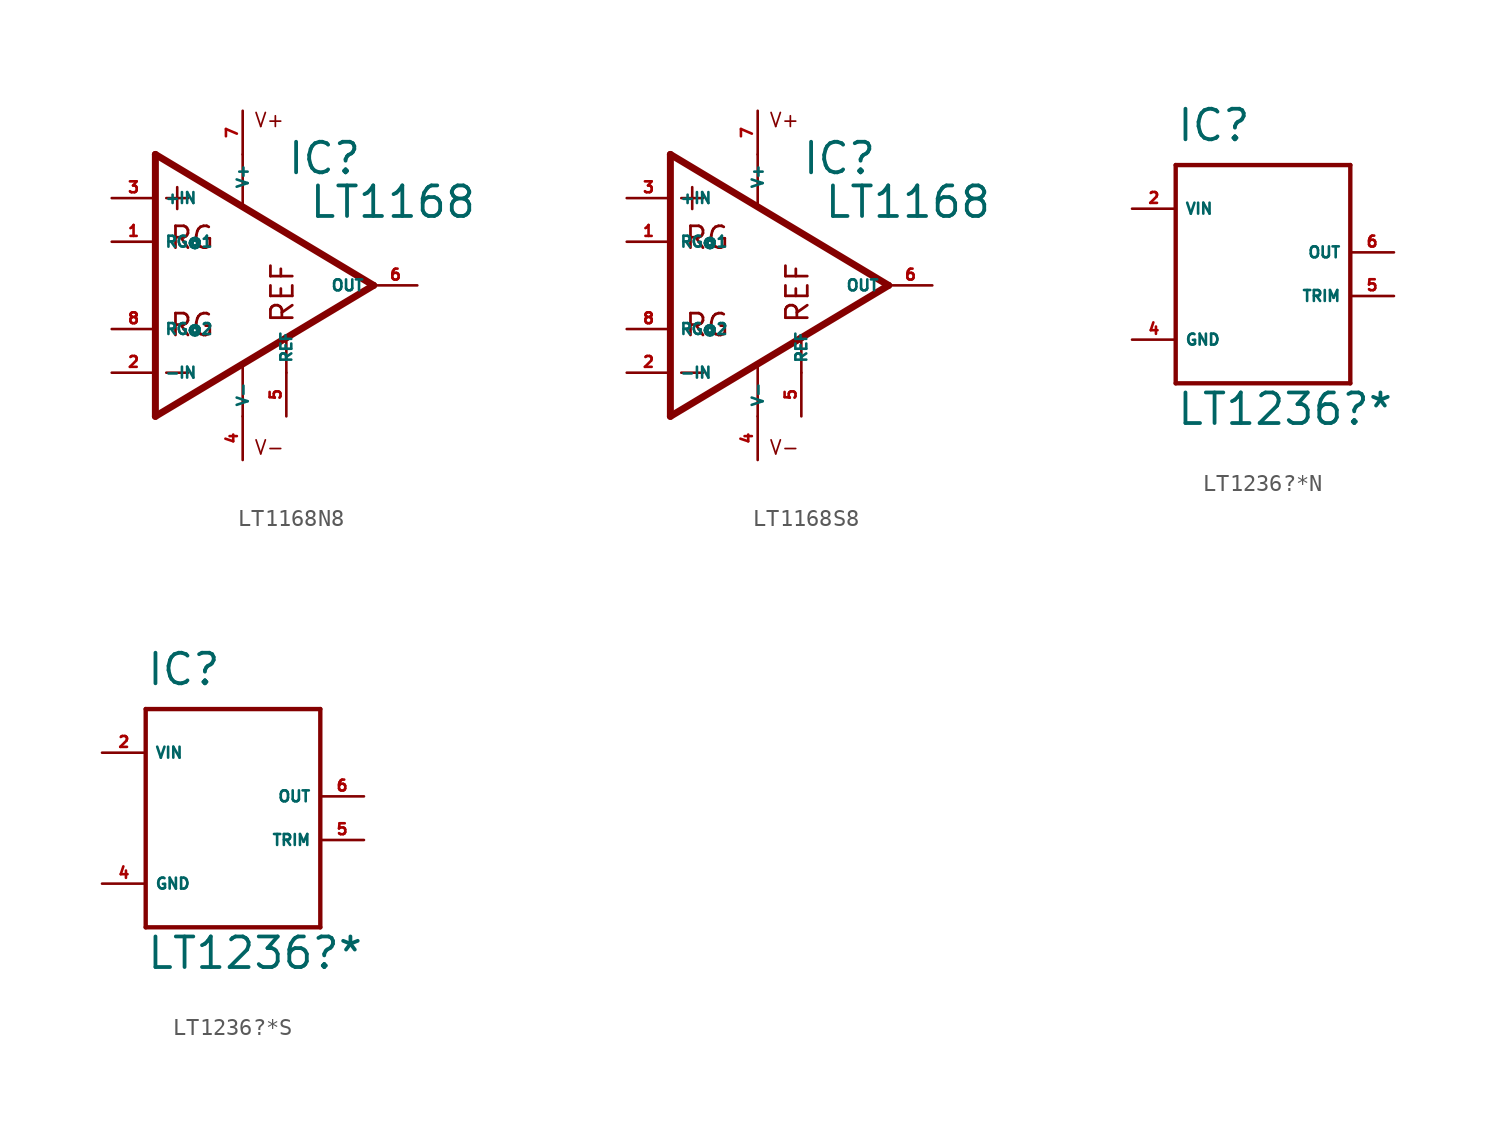
<source format=kicad_sym>
(kicad_symbol_lib
  (version 20220914)
  (generator Eagle2Kicad)
  (symbol "LT1168N8"
    (property "Reference" "IC"
      (at 2.54 6.35 0)
      (effects (font (size 1.778 1.778) (thickness 0.22)) (justify left bottom)))
    (property "Value" "LT1168"
      (at 3.81 3.81 0)
      (effects (font (size 1.778 1.778) (thickness 0.22)) (justify left bottom)))
    (polyline
      (pts (xy -3.81 5.715) (xy -3.81 4.445))
      (stroke (width 0.152) (type default))
      (fill (type none)))
    (polyline
      (pts (xy -4.445 5.08) (xy -3.175 5.08))
      (stroke (width 0.152) (type default))
      (fill (type none)))
    (polyline
      (pts (xy -4.445 -5.08) (xy -3.175 -5.08))
      (stroke (width 0.152) (type default))
      (fill (type none)))
    (polyline
      (pts (xy -5.08 7.62) (xy -5.08 -7.62))
      (stroke (width 0.406) (type default))
      (fill (type none)))
    (polyline
      (pts (xy -5.08 -7.62) (xy 2.54 -3.048))
      (stroke (width 0.406) (type default))
      (fill (type none)))
    (polyline
      (pts (xy 2.54 -3.048) (xy 7.62 0))
      (stroke (width 0.406) (type default))
      (fill (type none)))
    (polyline
      (pts (xy 7.62 0) (xy -5.08 7.62))
      (stroke (width 0.406) (type default))
      (fill (type none)))
    (polyline
      (pts (xy 0 7.62) (xy 0 4.648))
      (stroke (width 0.152) (type default))
      (fill (type none)))
    (polyline
      (pts (xy 2.54 -3.048) (xy 2.54 -5.08))
      (stroke (width 0.152) (type default))
      (fill (type none)))
    (polyline
      (pts (xy 0 -4.648) (xy 0 -7.62))
      (stroke (width 0.152) (type default))
      (fill (type none)))
    (text "V+"
      (at 0.635 9.144 0)
      (effects (font (size 0.813 0.813) (thickness 0.10)) (justify left bottom)))
    (text "V-"
      (at 0.635 -9.906 0)
      (effects (font (size 0.813 0.813) (thickness 0.10)) (justify left bottom)))
    (text "REF"
      (at 3.048 -2.286 900)
      (effects (font (size 1.27 1.27) (thickness 0.16)) (justify left bottom)))
    (text "RG"
      (at -4.318 2.032 0)
      (effects (font (size 1.27 1.27) (thickness 0.16)) (justify left bottom)))
    (text "RG"
      (at -4.318 -3.048 0)
      (effects (font (size 1.27 1.27) (thickness 0.16)) (justify left bottom)))
    (pin input line
      (at -7.62 5.08 0)
      (length 2.54)
      (name "+IN" (effects (font (size 0.635 0.635) (thickness 0.08)) (justify left bottom)))
      (number "3" (effects (font (size 0.635 0.635) (thickness 0.08)) (justify left bottom))))
    (pin input line
      (at -7.62 -5.08 0)
      (length 2.54)
      (name "-IN" (effects (font (size 0.635 0.635) (thickness 0.08)) (justify left bottom)))
      (number "2" (effects (font (size 0.635 0.635) (thickness 0.08)) (justify left bottom))))
    (pin input line
      (at -7.62 -2.54 0)
      (length 2.54)
      (name "RG@2" (effects (font (size 0.635 0.635) (thickness 0.08)) (justify left bottom)))
      (number "8" (effects (font (size 0.635 0.635) (thickness 0.08)) (justify left bottom))))
    (pin input line
      (at 2.54 -7.62 90)
      (length 2.54)
      (name "REF" (effects (font (size 0.635 0.635) (thickness 0.08)) (justify left bottom)))
      (number "5" (effects (font (size 0.635 0.635) (thickness 0.08)) (justify left bottom))))
    (pin output line
      (at 10.16 0 180)
      (length 2.54)
      (name "OUT" (effects (font (size 0.635 0.635) (thickness 0.08)) (justify left bottom)))
      (number "6" (effects (font (size 0.635 0.635) (thickness 0.08)) (justify left bottom))))
    (pin unspecified line
      (at 0 10.16 270)
      (length 2.54)
      (name "V+" (effects (font (size 0.635 0.635) (thickness 0.08)) (justify left bottom)))
      (number "7" (effects (font (size 0.635 0.635) (thickness 0.08)) (justify left bottom))))
    (pin unspecified line
      (at 0 -10.16 90)
      (length 2.54)
      (name "V-" (effects (font (size 0.635 0.635) (thickness 0.08)) (justify left bottom)))
      (number "4" (effects (font (size 0.635 0.635) (thickness 0.08)) (justify left bottom))))
    (pin input line
      (at -7.62 2.54 0)
      (length 2.54)
      (name "RG@1" (effects (font (size 0.635 0.635) (thickness 0.08)) (justify left bottom)))
      (number "1" (effects (font (size 0.635 0.635) (thickness 0.08)) (justify left bottom)))))
  (symbol "LT1168S8"
    (property "Reference" "IC"
      (at 2.54 6.35 0)
      (effects (font (size 1.778 1.778) (thickness 0.22)) (justify left bottom)))
    (property "Value" "LT1168"
      (at 3.81 3.81 0)
      (effects (font (size 1.778 1.778) (thickness 0.22)) (justify left bottom)))
    (polyline
      (pts (xy -3.81 5.715) (xy -3.81 4.445))
      (stroke (width 0.152) (type default))
      (fill (type none)))
    (polyline
      (pts (xy -4.445 5.08) (xy -3.175 5.08))
      (stroke (width 0.152) (type default))
      (fill (type none)))
    (polyline
      (pts (xy -4.445 -5.08) (xy -3.175 -5.08))
      (stroke (width 0.152) (type default))
      (fill (type none)))
    (polyline
      (pts (xy -5.08 7.62) (xy -5.08 -7.62))
      (stroke (width 0.406) (type default))
      (fill (type none)))
    (polyline
      (pts (xy -5.08 -7.62) (xy 2.54 -3.048))
      (stroke (width 0.406) (type default))
      (fill (type none)))
    (polyline
      (pts (xy 2.54 -3.048) (xy 7.62 0))
      (stroke (width 0.406) (type default))
      (fill (type none)))
    (polyline
      (pts (xy 7.62 0) (xy -5.08 7.62))
      (stroke (width 0.406) (type default))
      (fill (type none)))
    (polyline
      (pts (xy 0 7.62) (xy 0 4.648))
      (stroke (width 0.152) (type default))
      (fill (type none)))
    (polyline
      (pts (xy 2.54 -3.048) (xy 2.54 -5.08))
      (stroke (width 0.152) (type default))
      (fill (type none)))
    (polyline
      (pts (xy 0 -4.648) (xy 0 -7.62))
      (stroke (width 0.152) (type default))
      (fill (type none)))
    (text "V+"
      (at 0.635 9.144 0)
      (effects (font (size 0.813 0.813) (thickness 0.10)) (justify left bottom)))
    (text "V-"
      (at 0.635 -9.906 0)
      (effects (font (size 0.813 0.813) (thickness 0.10)) (justify left bottom)))
    (text "REF"
      (at 3.048 -2.286 900)
      (effects (font (size 1.27 1.27) (thickness 0.16)) (justify left bottom)))
    (text "RG"
      (at -4.318 2.032 0)
      (effects (font (size 1.27 1.27) (thickness 0.16)) (justify left bottom)))
    (text "RG"
      (at -4.318 -3.048 0)
      (effects (font (size 1.27 1.27) (thickness 0.16)) (justify left bottom)))
    (pin input line
      (at -7.62 5.08 0)
      (length 2.54)
      (name "+IN" (effects (font (size 0.635 0.635) (thickness 0.08)) (justify left bottom)))
      (number "3" (effects (font (size 0.635 0.635) (thickness 0.08)) (justify left bottom))))
    (pin input line
      (at -7.62 -5.08 0)
      (length 2.54)
      (name "-IN" (effects (font (size 0.635 0.635) (thickness 0.08)) (justify left bottom)))
      (number "2" (effects (font (size 0.635 0.635) (thickness 0.08)) (justify left bottom))))
    (pin input line
      (at -7.62 -2.54 0)
      (length 2.54)
      (name "RG@2" (effects (font (size 0.635 0.635) (thickness 0.08)) (justify left bottom)))
      (number "8" (effects (font (size 0.635 0.635) (thickness 0.08)) (justify left bottom))))
    (pin input line
      (at 2.54 -7.62 90)
      (length 2.54)
      (name "REF" (effects (font (size 0.635 0.635) (thickness 0.08)) (justify left bottom)))
      (number "5" (effects (font (size 0.635 0.635) (thickness 0.08)) (justify left bottom))))
    (pin output line
      (at 10.16 0 180)
      (length 2.54)
      (name "OUT" (effects (font (size 0.635 0.635) (thickness 0.08)) (justify left bottom)))
      (number "6" (effects (font (size 0.635 0.635) (thickness 0.08)) (justify left bottom))))
    (pin unspecified line
      (at 0 10.16 270)
      (length 2.54)
      (name "V+" (effects (font (size 0.635 0.635) (thickness 0.08)) (justify left bottom)))
      (number "7" (effects (font (size 0.635 0.635) (thickness 0.08)) (justify left bottom))))
    (pin unspecified line
      (at 0 -10.16 90)
      (length 2.54)
      (name "V-" (effects (font (size 0.635 0.635) (thickness 0.08)) (justify left bottom)))
      (number "4" (effects (font (size 0.635 0.635) (thickness 0.08)) (justify left bottom))))
    (pin input line
      (at -7.62 2.54 0)
      (length 2.54)
      (name "RG@1" (effects (font (size 0.635 0.635) (thickness 0.08)) (justify left bottom)))
      (number "1" (effects (font (size 0.635 0.635) (thickness 0.08)) (justify left bottom)))))
  (symbol "LT1236?*N"
    (property "Reference" "IC"
      (at -5.08 8.89 0)
      (effects (font (size 1.778 1.778) (thickness 0.22)) (justify left bottom)))
    (property "Value" "LT1236?*"
      (at -5.08 -7.62 0)
      (effects (font (size 1.778 1.778) (thickness 0.22)) (justify left bottom)))
    (polyline
      (pts (xy -5.08 7.62) (xy 5.08 7.62))
      (stroke (width 0.254) (type default))
      (fill (type none)))
    (polyline
      (pts (xy 5.08 7.62) (xy 5.08 -5.08))
      (stroke (width 0.254) (type default))
      (fill (type none)))
    (polyline
      (pts (xy 5.08 -5.08) (xy -5.08 -5.08))
      (stroke (width 0.254) (type default))
      (fill (type none)))
    (polyline
      (pts (xy -5.08 -5.08) (xy -5.08 7.62))
      (stroke (width 0.254) (type default))
      (fill (type none)))
    (pin input line
      (at -7.62 5.08 0)
      (length 2.54)
      (name "VIN" (effects (font (size 0.635 0.635) (thickness 0.08)) (justify left bottom)))
      (number "2" (effects (font (size 0.635 0.635) (thickness 0.08)) (justify left bottom))))
    (pin input line
      (at 7.62 2.54 180)
      (length 2.54)
      (name "OUT" (effects (font (size 0.635 0.635) (thickness 0.08)) (justify left bottom)))
      (number "6" (effects (font (size 0.635 0.635) (thickness 0.08)) (justify left bottom))))
    (pin passive line
      (at 7.62 0 180)
      (length 2.54)
      (name "TRIM" (effects (font (size 0.635 0.635) (thickness 0.08)) (justify left bottom)))
      (number "5" (effects (font (size 0.635 0.635) (thickness 0.08)) (justify left bottom))))
    (pin unspecified line
      (at -7.62 -2.54 0)
      (length 2.54)
      (name "GND" (effects (font (size 0.635 0.635) (thickness 0.08)) (justify left bottom)))
      (number "4" (effects (font (size 0.635 0.635) (thickness 0.08)) (justify left bottom)))))
  (symbol "LT1236?*S"
    (property "Reference" "IC"
      (at -5.08 8.89 0)
      (effects (font (size 1.778 1.778) (thickness 0.22)) (justify left bottom)))
    (property "Value" "LT1236?*"
      (at -5.08 -7.62 0)
      (effects (font (size 1.778 1.778) (thickness 0.22)) (justify left bottom)))
    (polyline
      (pts (xy -5.08 7.62) (xy 5.08 7.62))
      (stroke (width 0.254) (type default))
      (fill (type none)))
    (polyline
      (pts (xy 5.08 7.62) (xy 5.08 -5.08))
      (stroke (width 0.254) (type default))
      (fill (type none)))
    (polyline
      (pts (xy 5.08 -5.08) (xy -5.08 -5.08))
      (stroke (width 0.254) (type default))
      (fill (type none)))
    (polyline
      (pts (xy -5.08 -5.08) (xy -5.08 7.62))
      (stroke (width 0.254) (type default))
      (fill (type none)))
    (pin input line
      (at -7.62 5.08 0)
      (length 2.54)
      (name "VIN" (effects (font (size 0.635 0.635) (thickness 0.08)) (justify left bottom)))
      (number "2" (effects (font (size 0.635 0.635) (thickness 0.08)) (justify left bottom))))
    (pin input line
      (at 7.62 2.54 180)
      (length 2.54)
      (name "OUT" (effects (font (size 0.635 0.635) (thickness 0.08)) (justify left bottom)))
      (number "6" (effects (font (size 0.635 0.635) (thickness 0.08)) (justify left bottom))))
    (pin passive line
      (at 7.62 0 180)
      (length 2.54)
      (name "TRIM" (effects (font (size 0.635 0.635) (thickness 0.08)) (justify left bottom)))
      (number "5" (effects (font (size 0.635 0.635) (thickness 0.08)) (justify left bottom))))
    (pin unspecified line
      (at -7.62 -2.54 0)
      (length 2.54)
      (name "GND" (effects (font (size 0.635 0.635) (thickness 0.08)) (justify left bottom)))
      (number "4" (effects (font (size 0.635 0.635) (thickness 0.08)) (justify left bottom))))))
</source>
